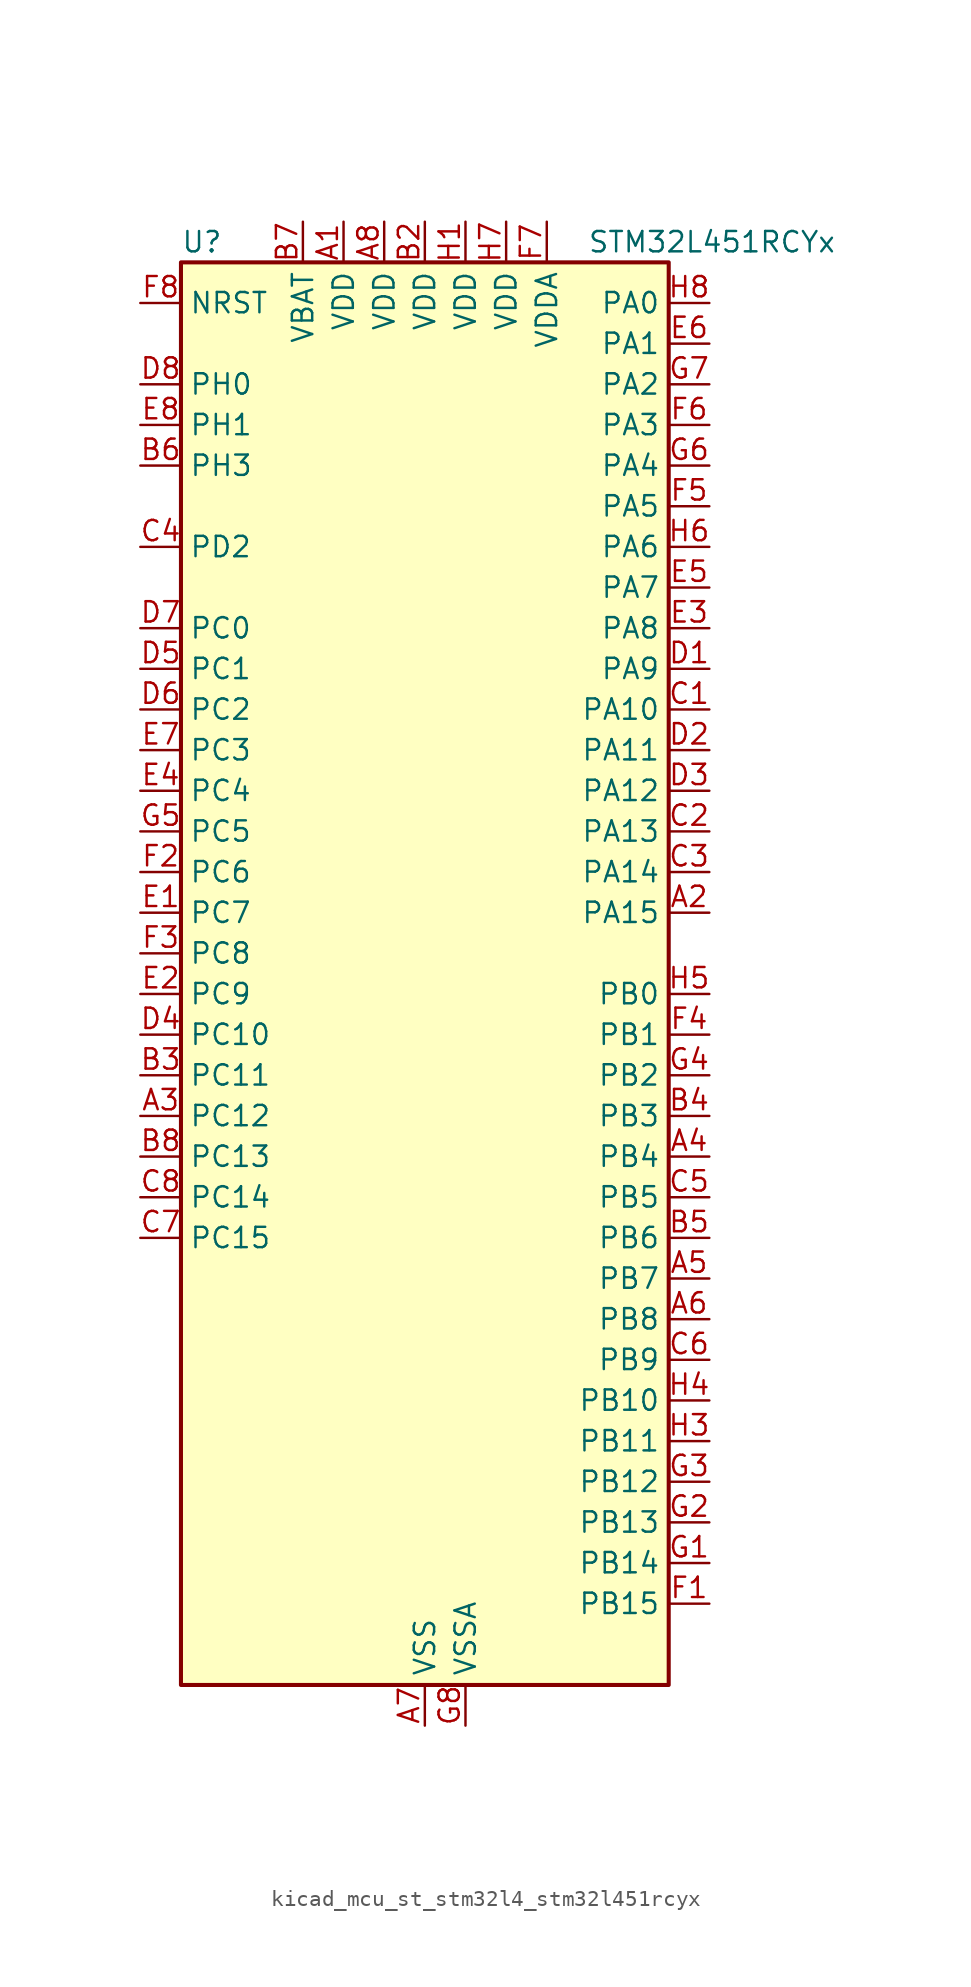
<source format=kicad_sym>
(kicad_symbol_lib
  (version 20220914)
  (generator kicad_symbol_editor)
  (symbol "kicad_mcu_st_stm32l4_stm32l451rcyx"
    (property "Reference" "U"
      (at -15.24 46.99 0)
      (effects (font (size 1.27 1.27)) (justify left)))
    (property "Value" "STM32L451RCYx"
      (at 10.16 46.99 0)
      (effects (font (size 1.27 1.27)) (justify left)))
    (property "ki_locked" ""
      (at 0 0 0)
      (effects (font (size 1.27 1.27))))
    (symbol "kicad_mcu_st_stm32l4_stm32l451rcyx_0_1"
      (rectangle (start -15.24 -43.18) (end 15.24 45.72) (stroke (width 0.254) (type default)) (fill (type background))))
    (symbol "kicad_mcu_st_stm32l4_stm32l451rcyx_1_1"
      (pin power_in line (at -5.08 48.26 270) (length 2.54) (name "VDD" (effects (font (size 1.27 1.27)))) (number "A1" (effects (font (size 1.27 1.27)))))
      (pin bidirectional line (at 17.78 5.08 180) (length 2.54) (name "PA15" (effects (font (size 1.27 1.27)))) (number "A2" (effects (font (size 1.27 1.27)))) (alternate "ADC1_EXTI15" bidirectional line) (alternate "SPI1_NSS" bidirectional line) (alternate "SPI3_NSS" bidirectional line) (alternate "SYS_JTDI" bidirectional line) (alternate "TIM2_CH1" bidirectional line) (alternate "TIM2_ETR" bidirectional line) (alternate "TSC_G3_IO1" bidirectional line) (alternate "UART4_DE" bidirectional line) (alternate "UART4_RTS" bidirectional line) (alternate "USART2_RX" bidirectional line) (alternate "USART3_DE" bidirectional line) (alternate "USART3_RTS" bidirectional line))
      (pin bidirectional line (at -17.78 -7.62 0) (length 2.54) (name "PC12" (effects (font (size 1.27 1.27)))) (number "A3" (effects (font (size 1.27 1.27)))) (alternate "SDMMC1_CK" bidirectional line) (alternate "SPI3_MOSI" bidirectional line) (alternate "SYS_TRACED3" bidirectional line) (alternate "TSC_G3_IO4" bidirectional line) (alternate "USART3_CK" bidirectional line))
      (pin bidirectional line (at 17.78 -10.16 180) (length 2.54) (name "PB4" (effects (font (size 1.27 1.27)))) (number "A4" (effects (font (size 1.27 1.27)))) (alternate "COMP2_INP" bidirectional line) (alternate "I2C3_SDA" bidirectional line) (alternate "SAI1_MCLK_B" bidirectional line) (alternate "SPI1_MISO" bidirectional line) (alternate "SPI3_MISO" bidirectional line) (alternate "SYS_JTRST" bidirectional line) (alternate "TIM3_CH1" bidirectional line) (alternate "TSC_G2_IO1" bidirectional line) (alternate "USART1_CTS" bidirectional line))
      (pin bidirectional line (at 17.78 -17.78 180) (length 2.54) (name "PB7" (effects (font (size 1.27 1.27)))) (number "A5" (effects (font (size 1.27 1.27)))) (alternate "COMP2_INM" bidirectional line) (alternate "I2C1_SDA" bidirectional line) (alternate "I2C4_SDA" bidirectional line) (alternate "LPTIM1_IN2" bidirectional line) (alternate "SYS_PVD_IN" bidirectional line) (alternate "TSC_G2_IO4" bidirectional line) (alternate "UART4_CTS" bidirectional line) (alternate "USART1_RX" bidirectional line))
      (pin bidirectional line (at 17.78 -20.32 180) (length 2.54) (name "PB8" (effects (font (size 1.27 1.27)))) (number "A6" (effects (font (size 1.27 1.27)))) (alternate "CAN1_RX" bidirectional line) (alternate "I2C1_SCL" bidirectional line) (alternate "SAI1_MCLK_A" bidirectional line) (alternate "SDMMC1_D4" bidirectional line) (alternate "TIM16_CH1" bidirectional line))
      (pin power_in line (at 0 -45.72 90) (length 2.54) (name "VSS" (effects (font (size 1.27 1.27)))) (number "A7" (effects (font (size 1.27 1.27)))))
      (pin power_in line (at -2.54 48.26 270) (length 2.54) (name "VDD" (effects (font (size 1.27 1.27)))) (number "A8" (effects (font (size 1.27 1.27)))))
      (pin passive line (at 0 -45.72 90) (length 2.54) hide (name "VSS" (effects (font (size 1.27 1.27)))) (number "B1" (effects (font (size 1.27 1.27)))))
      (pin power_in line (at 0 48.26 270) (length 2.54) (name "VDD" (effects (font (size 1.27 1.27)))) (number "B2" (effects (font (size 1.27 1.27)))))
      (pin bidirectional line (at -17.78 -5.08 0) (length 2.54) (name "PC11" (effects (font (size 1.27 1.27)))) (number "B3" (effects (font (size 1.27 1.27)))) (alternate "ADC1_EXTI11" bidirectional line) (alternate "SDMMC1_D3" bidirectional line) (alternate "SPI3_MISO" bidirectional line) (alternate "TSC_G3_IO3" bidirectional line) (alternate "UART4_RX" bidirectional line) (alternate "USART3_RX" bidirectional line))
      (pin bidirectional line (at 17.78 -7.62 180) (length 2.54) (name "PB3" (effects (font (size 1.27 1.27)))) (number "B4" (effects (font (size 1.27 1.27)))) (alternate "COMP2_INM" bidirectional line) (alternate "SAI1_SCK_B" bidirectional line) (alternate "SPI1_SCK" bidirectional line) (alternate "SPI3_SCK" bidirectional line) (alternate "SYS_JTDO-SWO" bidirectional line) (alternate "TIM2_CH2" bidirectional line) (alternate "USART1_DE" bidirectional line) (alternate "USART1_RTS" bidirectional line))
      (pin bidirectional line (at 17.78 -15.24 180) (length 2.54) (name "PB6" (effects (font (size 1.27 1.27)))) (number "B5" (effects (font (size 1.27 1.27)))) (alternate "CAN1_TX" bidirectional line) (alternate "COMP2_INP" bidirectional line) (alternate "I2C1_SCL" bidirectional line) (alternate "I2C4_SCL" bidirectional line) (alternate "LPTIM1_ETR" bidirectional line) (alternate "SAI1_FS_B" bidirectional line) (alternate "TIM16_CH1N" bidirectional line) (alternate "TSC_G2_IO3" bidirectional line) (alternate "USART1_TX" bidirectional line))
      (pin bidirectional line (at -17.78 33.02 0) (length 2.54) (name "PH3" (effects (font (size 1.27 1.27)))) (number "B6" (effects (font (size 1.27 1.27)))))
      (pin power_in line (at -7.62 48.26 270) (length 2.54) (name "VBAT" (effects (font (size 1.27 1.27)))) (number "B7" (effects (font (size 1.27 1.27)))))
      (pin bidirectional line (at -17.78 -10.16 0) (length 2.54) (name "PC13" (effects (font (size 1.27 1.27)))) (number "B8" (effects (font (size 1.27 1.27)))) (alternate "RTC_OUT_ALARM" bidirectional line) (alternate "RTC_OUT_CALIB" bidirectional line) (alternate "RTC_TAMP1" bidirectional line) (alternate "RTC_TS" bidirectional line) (alternate "SYS_WKUP2" bidirectional line))
      (pin bidirectional line (at 17.78 17.78 180) (length 2.54) (name "PA10" (effects (font (size 1.27 1.27)))) (number "C1" (effects (font (size 1.27 1.27)))) (alternate "I2C1_SDA" bidirectional line) (alternate "SAI1_SD_A" bidirectional line) (alternate "TIM1_CH3" bidirectional line) (alternate "USART1_RX" bidirectional line))
      (pin bidirectional line (at 17.78 10.16 180) (length 2.54) (name "PA13" (effects (font (size 1.27 1.27)))) (number "C2" (effects (font (size 1.27 1.27)))) (alternate "IR_OUT" bidirectional line) (alternate "SAI1_SD_B" bidirectional line) (alternate "SYS_JTMS-SWDIO" bidirectional line))
      (pin bidirectional line (at 17.78 7.62 180) (length 2.54) (name "PA14" (effects (font (size 1.27 1.27)))) (number "C3" (effects (font (size 1.27 1.27)))) (alternate "I2C1_SMBA" bidirectional line) (alternate "I2C4_SMBA" bidirectional line) (alternate "LPTIM1_OUT" bidirectional line) (alternate "SAI1_FS_B" bidirectional line) (alternate "SYS_JTCK-SWCLK" bidirectional line))
      (pin bidirectional line (at -17.78 27.94 0) (length 2.54) (name "PD2" (effects (font (size 1.27 1.27)))) (number "C4" (effects (font (size 1.27 1.27)))) (alternate "SDMMC1_CMD" bidirectional line) (alternate "SYS_TRACED2" bidirectional line) (alternate "TIM3_ETR" bidirectional line) (alternate "TSC_SYNC" bidirectional line) (alternate "USART3_DE" bidirectional line) (alternate "USART3_RTS" bidirectional line))
      (pin bidirectional line (at 17.78 -12.7 180) (length 2.54) (name "PB5" (effects (font (size 1.27 1.27)))) (number "C5" (effects (font (size 1.27 1.27)))) (alternate "CAN1_RX" bidirectional line) (alternate "COMP2_OUT" bidirectional line) (alternate "I2C1_SMBA" bidirectional line) (alternate "LPTIM1_IN1" bidirectional line) (alternate "SAI1_SD_B" bidirectional line) (alternate "SPI1_MOSI" bidirectional line) (alternate "SPI3_MOSI" bidirectional line) (alternate "TIM16_BKIN" bidirectional line) (alternate "TIM3_CH2" bidirectional line) (alternate "TSC_G2_IO2" bidirectional line) (alternate "USART1_CK" bidirectional line))
      (pin bidirectional line (at 17.78 -22.86 180) (length 2.54) (name "PB9" (effects (font (size 1.27 1.27)))) (number "C6" (effects (font (size 1.27 1.27)))) (alternate "CAN1_TX" bidirectional line) (alternate "DAC1_EXTI9" bidirectional line) (alternate "I2C1_SDA" bidirectional line) (alternate "IR_OUT" bidirectional line) (alternate "SAI1_FS_A" bidirectional line) (alternate "SDMMC1_D5" bidirectional line) (alternate "SPI2_NSS" bidirectional line))
      (pin bidirectional line (at -17.78 -15.24 0) (length 2.54) (name "PC15" (effects (font (size 1.27 1.27)))) (number "C7" (effects (font (size 1.27 1.27)))) (alternate "ADC1_EXTI15" bidirectional line) (alternate "RCC_OSC32_OUT" bidirectional line))
      (pin bidirectional line (at -17.78 -12.7 0) (length 2.54) (name "PC14" (effects (font (size 1.27 1.27)))) (number "C8" (effects (font (size 1.27 1.27)))) (alternate "RCC_OSC32_IN" bidirectional line))
      (pin bidirectional line (at 17.78 20.32 180) (length 2.54) (name "PA9" (effects (font (size 1.27 1.27)))) (number "D1" (effects (font (size 1.27 1.27)))) (alternate "DAC1_EXTI9" bidirectional line) (alternate "DFSDM1_DATIN1" bidirectional line) (alternate "I2C1_SCL" bidirectional line) (alternate "SAI1_FS_A" bidirectional line) (alternate "TIM15_BKIN" bidirectional line) (alternate "TIM1_CH2" bidirectional line) (alternate "USART1_TX" bidirectional line))
      (pin bidirectional line (at 17.78 15.24 180) (length 2.54) (name "PA11" (effects (font (size 1.27 1.27)))) (number "D2" (effects (font (size 1.27 1.27)))) (alternate "ADC1_EXTI11" bidirectional line) (alternate "CAN1_RX" bidirectional line) (alternate "COMP1_OUT" bidirectional line) (alternate "SPI1_MISO" bidirectional line) (alternate "TIM1_BKIN2" bidirectional line) (alternate "TIM1_BKIN2_COMP1" bidirectional line) (alternate "TIM1_CH4" bidirectional line) (alternate "USART1_CTS" bidirectional line))
      (pin bidirectional line (at 17.78 12.7 180) (length 2.54) (name "PA12" (effects (font (size 1.27 1.27)))) (number "D3" (effects (font (size 1.27 1.27)))) (alternate "CAN1_TX" bidirectional line) (alternate "SPI1_MOSI" bidirectional line) (alternate "TIM1_ETR" bidirectional line) (alternate "USART1_DE" bidirectional line) (alternate "USART1_RTS" bidirectional line))
      (pin bidirectional line (at -17.78 -2.54 0) (length 2.54) (name "PC10" (effects (font (size 1.27 1.27)))) (number "D4" (effects (font (size 1.27 1.27)))) (alternate "SDMMC1_D2" bidirectional line) (alternate "SPI3_SCK" bidirectional line) (alternate "SYS_TRACED1" bidirectional line) (alternate "TSC_G3_IO2" bidirectional line) (alternate "UART4_TX" bidirectional line) (alternate "USART3_TX" bidirectional line))
      (pin bidirectional line (at -17.78 20.32 0) (length 2.54) (name "PC1" (effects (font (size 1.27 1.27)))) (number "D5" (effects (font (size 1.27 1.27)))) (alternate "ADC1_IN2" bidirectional line) (alternate "I2C3_SDA" bidirectional line) (alternate "I2C4_SDA" bidirectional line) (alternate "LPTIM1_OUT" bidirectional line) (alternate "LPUART1_TX" bidirectional line) (alternate "SYS_TRACED0" bidirectional line))
      (pin bidirectional line (at -17.78 17.78 0) (length 2.54) (name "PC2" (effects (font (size 1.27 1.27)))) (number "D6" (effects (font (size 1.27 1.27)))) (alternate "ADC1_IN3" bidirectional line) (alternate "DFSDM1_CKOUT" bidirectional line) (alternate "LPTIM1_IN2" bidirectional line) (alternate "SPI2_MISO" bidirectional line))
      (pin bidirectional line (at -17.78 22.86 0) (length 2.54) (name "PC0" (effects (font (size 1.27 1.27)))) (number "D7" (effects (font (size 1.27 1.27)))) (alternate "ADC1_IN1" bidirectional line) (alternate "I2C3_SCL" bidirectional line) (alternate "I2C4_SCL" bidirectional line) (alternate "LPTIM1_IN1" bidirectional line) (alternate "LPTIM2_IN1" bidirectional line) (alternate "LPUART1_RX" bidirectional line))
      (pin bidirectional line (at -17.78 38.1 0) (length 2.54) (name "PH0" (effects (font (size 1.27 1.27)))) (number "D8" (effects (font (size 1.27 1.27)))) (alternate "RCC_OSC_IN" bidirectional line))
      (pin bidirectional line (at -17.78 5.08 0) (length 2.54) (name "PC7" (effects (font (size 1.27 1.27)))) (number "E1" (effects (font (size 1.27 1.27)))) (alternate "DFSDM1_DATIN3" bidirectional line) (alternate "SDMMC1_D7" bidirectional line) (alternate "TIM3_CH2" bidirectional line) (alternate "TSC_G4_IO2" bidirectional line))
      (pin bidirectional line (at -17.78 0 0) (length 2.54) (name "PC9" (effects (font (size 1.27 1.27)))) (number "E2" (effects (font (size 1.27 1.27)))) (alternate "DAC1_EXTI9" bidirectional line) (alternate "SDMMC1_D1" bidirectional line) (alternate "TIM3_CH4" bidirectional line) (alternate "TSC_G4_IO4" bidirectional line))
      (pin bidirectional line (at 17.78 22.86 180) (length 2.54) (name "PA8" (effects (font (size 1.27 1.27)))) (number "E3" (effects (font (size 1.27 1.27)))) (alternate "DFSDM1_CKIN1" bidirectional line) (alternate "LPTIM2_OUT" bidirectional line) (alternate "RCC_MCO" bidirectional line) (alternate "SAI1_SCK_A" bidirectional line) (alternate "TIM1_CH1" bidirectional line) (alternate "USART1_CK" bidirectional line))
      (pin bidirectional line (at -17.78 12.7 0) (length 2.54) (name "PC4" (effects (font (size 1.27 1.27)))) (number "E4" (effects (font (size 1.27 1.27)))) (alternate "ADC1_IN13" bidirectional line) (alternate "COMP1_INM" bidirectional line) (alternate "USART3_TX" bidirectional line))
      (pin bidirectional line (at 17.78 25.4 180) (length 2.54) (name "PA7" (effects (font (size 1.27 1.27)))) (number "E5" (effects (font (size 1.27 1.27)))) (alternate "ADC1_IN12" bidirectional line) (alternate "COMP2_OUT" bidirectional line) (alternate "DFSDM1_DATIN0" bidirectional line) (alternate "I2C3_SCL" bidirectional line) (alternate "QUADSPI_BK1_IO2" bidirectional line) (alternate "SPI1_MOSI" bidirectional line) (alternate "TIM1_CH1N" bidirectional line) (alternate "TIM3_CH2" bidirectional line))
      (pin bidirectional line (at 17.78 40.64 180) (length 2.54) (name "PA1" (effects (font (size 1.27 1.27)))) (number "E6" (effects (font (size 1.27 1.27)))) (alternate "ADC1_IN6" bidirectional line) (alternate "COMP1_INP" bidirectional line) (alternate "I2C1_SMBA" bidirectional line) (alternate "OPAMP1_VINM" bidirectional line) (alternate "SPI1_SCK" bidirectional line) (alternate "TIM15_CH1N" bidirectional line) (alternate "TIM2_CH2" bidirectional line) (alternate "UART4_RX" bidirectional line) (alternate "USART2_DE" bidirectional line) (alternate "USART2_RTS" bidirectional line))
      (pin bidirectional line (at -17.78 15.24 0) (length 2.54) (name "PC3" (effects (font (size 1.27 1.27)))) (number "E7" (effects (font (size 1.27 1.27)))) (alternate "ADC1_IN4" bidirectional line) (alternate "LPTIM1_ETR" bidirectional line) (alternate "LPTIM2_ETR" bidirectional line) (alternate "SAI1_SD_A" bidirectional line) (alternate "SPI2_MOSI" bidirectional line))
      (pin bidirectional line (at -17.78 35.56 0) (length 2.54) (name "PH1" (effects (font (size 1.27 1.27)))) (number "E8" (effects (font (size 1.27 1.27)))) (alternate "RCC_OSC_OUT" bidirectional line))
      (pin bidirectional line (at 17.78 -38.1 180) (length 2.54) (name "PB15" (effects (font (size 1.27 1.27)))) (number "F1" (effects (font (size 1.27 1.27)))) (alternate "ADC1_EXTI15" bidirectional line) (alternate "DFSDM1_CKIN2" bidirectional line) (alternate "RTC_REFIN" bidirectional line) (alternate "SAI1_SD_A" bidirectional line) (alternate "SPI2_MOSI" bidirectional line) (alternate "TIM15_CH2" bidirectional line) (alternate "TIM1_CH3N" bidirectional line) (alternate "TSC_G1_IO4" bidirectional line))
      (pin bidirectional line (at -17.78 7.62 0) (length 2.54) (name "PC6" (effects (font (size 1.27 1.27)))) (number "F2" (effects (font (size 1.27 1.27)))) (alternate "DFSDM1_CKIN3" bidirectional line) (alternate "SDMMC1_D6" bidirectional line) (alternate "TIM3_CH1" bidirectional line) (alternate "TSC_G4_IO1" bidirectional line))
      (pin bidirectional line (at -17.78 2.54 0) (length 2.54) (name "PC8" (effects (font (size 1.27 1.27)))) (number "F3" (effects (font (size 1.27 1.27)))) (alternate "SDMMC1_D0" bidirectional line) (alternate "TIM3_CH3" bidirectional line) (alternate "TSC_G4_IO3" bidirectional line))
      (pin bidirectional line (at 17.78 -2.54 180) (length 2.54) (name "PB1" (effects (font (size 1.27 1.27)))) (number "F4" (effects (font (size 1.27 1.27)))) (alternate "ADC1_IN16" bidirectional line) (alternate "COMP1_INM" bidirectional line) (alternate "DFSDM1_DATIN0" bidirectional line) (alternate "LPTIM2_IN1" bidirectional line) (alternate "LPUART1_DE" bidirectional line) (alternate "LPUART1_RTS" bidirectional line) (alternate "QUADSPI_BK1_IO0" bidirectional line) (alternate "TIM1_CH3N" bidirectional line) (alternate "TIM3_CH4" bidirectional line) (alternate "USART3_DE" bidirectional line) (alternate "USART3_RTS" bidirectional line))
      (pin bidirectional line (at 17.78 30.48 180) (length 2.54) (name "PA5" (effects (font (size 1.27 1.27)))) (number "F5" (effects (font (size 1.27 1.27)))) (alternate "ADC1_IN10" bidirectional line) (alternate "COMP1_INM" bidirectional line) (alternate "COMP2_INM" bidirectional line) (alternate "DFSDM1_CKOUT" bidirectional line) (alternate "LPTIM2_ETR" bidirectional line) (alternate "SPI1_SCK" bidirectional line) (alternate "TIM2_CH1" bidirectional line) (alternate "TIM2_ETR" bidirectional line))
      (pin bidirectional line (at 17.78 35.56 180) (length 2.54) (name "PA3" (effects (font (size 1.27 1.27)))) (number "F6" (effects (font (size 1.27 1.27)))) (alternate "ADC1_IN8" bidirectional line) (alternate "COMP2_INP" bidirectional line) (alternate "LPUART1_RX" bidirectional line) (alternate "OPAMP1_VOUT" bidirectional line) (alternate "QUADSPI_CLK" bidirectional line) (alternate "SAI1_MCLK_A" bidirectional line) (alternate "TIM15_CH2" bidirectional line) (alternate "TIM2_CH4" bidirectional line) (alternate "USART2_RX" bidirectional line))
      (pin power_in line (at 7.62 48.26 270) (length 2.54) (name "VDDA" (effects (font (size 1.27 1.27)))) (number "F7" (effects (font (size 1.27 1.27)))))
      (pin input line (at -17.78 43.18 0) (length 2.54) (name "NRST" (effects (font (size 1.27 1.27)))) (number "F8" (effects (font (size 1.27 1.27)))))
      (pin bidirectional line (at 17.78 -35.56 180) (length 2.54) (name "PB14" (effects (font (size 1.27 1.27)))) (number "G1" (effects (font (size 1.27 1.27)))) (alternate "DFSDM1_DATIN2" bidirectional line) (alternate "I2C2_SDA" bidirectional line) (alternate "SAI1_MCLK_A" bidirectional line) (alternate "SPI2_MISO" bidirectional line) (alternate "TIM15_CH1" bidirectional line) (alternate "TIM1_CH2N" bidirectional line) (alternate "TSC_G1_IO3" bidirectional line) (alternate "USART3_DE" bidirectional line) (alternate "USART3_RTS" bidirectional line))
      (pin bidirectional line (at 17.78 -33.02 180) (length 2.54) (name "PB13" (effects (font (size 1.27 1.27)))) (number "G2" (effects (font (size 1.27 1.27)))) (alternate "CAN1_TX" bidirectional line) (alternate "DFSDM1_CKIN1" bidirectional line) (alternate "I2C2_SCL" bidirectional line) (alternate "LPUART1_CTS" bidirectional line) (alternate "SAI1_SCK_A" bidirectional line) (alternate "SPI2_SCK" bidirectional line) (alternate "TIM15_CH1N" bidirectional line) (alternate "TIM1_CH1N" bidirectional line) (alternate "TSC_G1_IO2" bidirectional line) (alternate "USART3_CTS" bidirectional line))
      (pin bidirectional line (at 17.78 -30.48 180) (length 2.54) (name "PB12" (effects (font (size 1.27 1.27)))) (number "G3" (effects (font (size 1.27 1.27)))) (alternate "CAN1_RX" bidirectional line) (alternate "DFSDM1_DATIN1" bidirectional line) (alternate "I2C2_SMBA" bidirectional line) (alternate "LPUART1_DE" bidirectional line) (alternate "LPUART1_RTS" bidirectional line) (alternate "SAI1_FS_A" bidirectional line) (alternate "SPI2_NSS" bidirectional line) (alternate "TIM15_BKIN" bidirectional line) (alternate "TIM1_BKIN" bidirectional line) (alternate "TIM1_BKIN_COMP2" bidirectional line) (alternate "TSC_G1_IO1" bidirectional line) (alternate "USART3_CK" bidirectional line))
      (pin bidirectional line (at 17.78 -5.08 180) (length 2.54) (name "PB2" (effects (font (size 1.27 1.27)))) (number "G4" (effects (font (size 1.27 1.27)))) (alternate "COMP1_INP" bidirectional line) (alternate "DFSDM1_CKIN0" bidirectional line) (alternate "I2C3_SMBA" bidirectional line) (alternate "LPTIM1_OUT" bidirectional line) (alternate "RTC_OUT_ALARM" bidirectional line) (alternate "RTC_OUT_CALIB" bidirectional line))
      (pin bidirectional line (at -17.78 10.16 0) (length 2.54) (name "PC5" (effects (font (size 1.27 1.27)))) (number "G5" (effects (font (size 1.27 1.27)))) (alternate "ADC1_IN14" bidirectional line) (alternate "COMP1_INP" bidirectional line) (alternate "SYS_WKUP5" bidirectional line) (alternate "USART3_RX" bidirectional line))
      (pin bidirectional line (at 17.78 33.02 180) (length 2.54) (name "PA4" (effects (font (size 1.27 1.27)))) (number "G6" (effects (font (size 1.27 1.27)))) (alternate "ADC1_IN9" bidirectional line) (alternate "COMP1_INM" bidirectional line) (alternate "COMP2_INM" bidirectional line) (alternate "DAC1_OUT1" bidirectional line) (alternate "LPTIM2_OUT" bidirectional line) (alternate "SAI1_FS_B" bidirectional line) (alternate "SPI1_NSS" bidirectional line) (alternate "SPI3_NSS" bidirectional line) (alternate "USART2_CK" bidirectional line))
      (pin bidirectional line (at 17.78 38.1 180) (length 2.54) (name "PA2" (effects (font (size 1.27 1.27)))) (number "G7" (effects (font (size 1.27 1.27)))) (alternate "ADC1_IN7" bidirectional line) (alternate "COMP2_INM" bidirectional line) (alternate "COMP2_OUT" bidirectional line) (alternate "LPUART1_TX" bidirectional line) (alternate "QUADSPI_BK1_NCS" bidirectional line) (alternate "RCC_LSCO" bidirectional line) (alternate "SYS_WKUP4" bidirectional line) (alternate "TIM15_CH1" bidirectional line) (alternate "TIM2_CH3" bidirectional line) (alternate "USART2_TX" bidirectional line))
      (pin power_in line (at 2.54 -45.72 90) (length 2.54) (name "VSSA" (effects (font (size 1.27 1.27)))) (number "G8" (effects (font (size 1.27 1.27)))))
      (pin power_in line (at 2.54 48.26 270) (length 2.54) (name "VDD" (effects (font (size 1.27 1.27)))) (number "H1" (effects (font (size 1.27 1.27)))))
      (pin passive line (at 0 -45.72 90) (length 2.54) hide (name "VSS" (effects (font (size 1.27 1.27)))) (number "H2" (effects (font (size 1.27 1.27)))))
      (pin bidirectional line (at 17.78 -27.94 180) (length 2.54) (name "PB11" (effects (font (size 1.27 1.27)))) (number "H3" (effects (font (size 1.27 1.27)))) (alternate "ADC1_EXTI11" bidirectional line) (alternate "COMP2_OUT" bidirectional line) (alternate "I2C2_SDA" bidirectional line) (alternate "I2C4_SDA" bidirectional line) (alternate "LPUART1_TX" bidirectional line) (alternate "QUADSPI_BK1_NCS" bidirectional line) (alternate "TIM2_CH4" bidirectional line) (alternate "USART3_RX" bidirectional line))
      (pin bidirectional line (at 17.78 -25.4 180) (length 2.54) (name "PB10" (effects (font (size 1.27 1.27)))) (number "H4" (effects (font (size 1.27 1.27)))) (alternate "COMP1_OUT" bidirectional line) (alternate "I2C2_SCL" bidirectional line) (alternate "I2C4_SCL" bidirectional line) (alternate "LPUART1_RX" bidirectional line) (alternate "QUADSPI_CLK" bidirectional line) (alternate "SAI1_SCK_A" bidirectional line) (alternate "SPI2_SCK" bidirectional line) (alternate "TIM2_CH3" bidirectional line) (alternate "TSC_SYNC" bidirectional line) (alternate "USART3_TX" bidirectional line))
      (pin bidirectional line (at 17.78 0 180) (length 2.54) (name "PB0" (effects (font (size 1.27 1.27)))) (number "H5" (effects (font (size 1.27 1.27)))) (alternate "ADC1_IN15" bidirectional line) (alternate "COMP1_OUT" bidirectional line) (alternate "DFSDM1_CKIN0" bidirectional line) (alternate "QUADSPI_BK1_IO1" bidirectional line) (alternate "SAI1_EXTCLK" bidirectional line) (alternate "SPI1_NSS" bidirectional line) (alternate "TIM1_CH2N" bidirectional line) (alternate "TIM3_CH3" bidirectional line) (alternate "USART3_CK" bidirectional line))
      (pin bidirectional line (at 17.78 27.94 180) (length 2.54) (name "PA6" (effects (font (size 1.27 1.27)))) (number "H6" (effects (font (size 1.27 1.27)))) (alternate "ADC1_IN11" bidirectional line) (alternate "COMP1_OUT" bidirectional line) (alternate "LPUART1_CTS" bidirectional line) (alternate "QUADSPI_BK1_IO3" bidirectional line) (alternate "SPI1_MISO" bidirectional line) (alternate "TIM16_CH1" bidirectional line) (alternate "TIM1_BKIN" bidirectional line) (alternate "TIM1_BKIN_COMP2" bidirectional line) (alternate "TIM3_CH1" bidirectional line) (alternate "USART3_CTS" bidirectional line))
      (pin power_in line (at 5.08 48.26 270) (length 2.54) (name "VDD" (effects (font (size 1.27 1.27)))) (number "H7" (effects (font (size 1.27 1.27)))))
      (pin bidirectional line (at 17.78 43.18 180) (length 2.54) (name "PA0" (effects (font (size 1.27 1.27)))) (number "H8" (effects (font (size 1.27 1.27)))) (alternate "ADC1_IN5" bidirectional line) (alternate "COMP1_INM" bidirectional line) (alternate "COMP1_OUT" bidirectional line) (alternate "OPAMP1_VINP" bidirectional line) (alternate "RTC_TAMP2" bidirectional line) (alternate "SAI1_EXTCLK" bidirectional line) (alternate "SYS_WKUP1" bidirectional line) (alternate "TIM2_CH1" bidirectional line) (alternate "TIM2_ETR" bidirectional line) (alternate "UART4_TX" bidirectional line) (alternate "USART2_CTS" bidirectional line)))))
</source>
